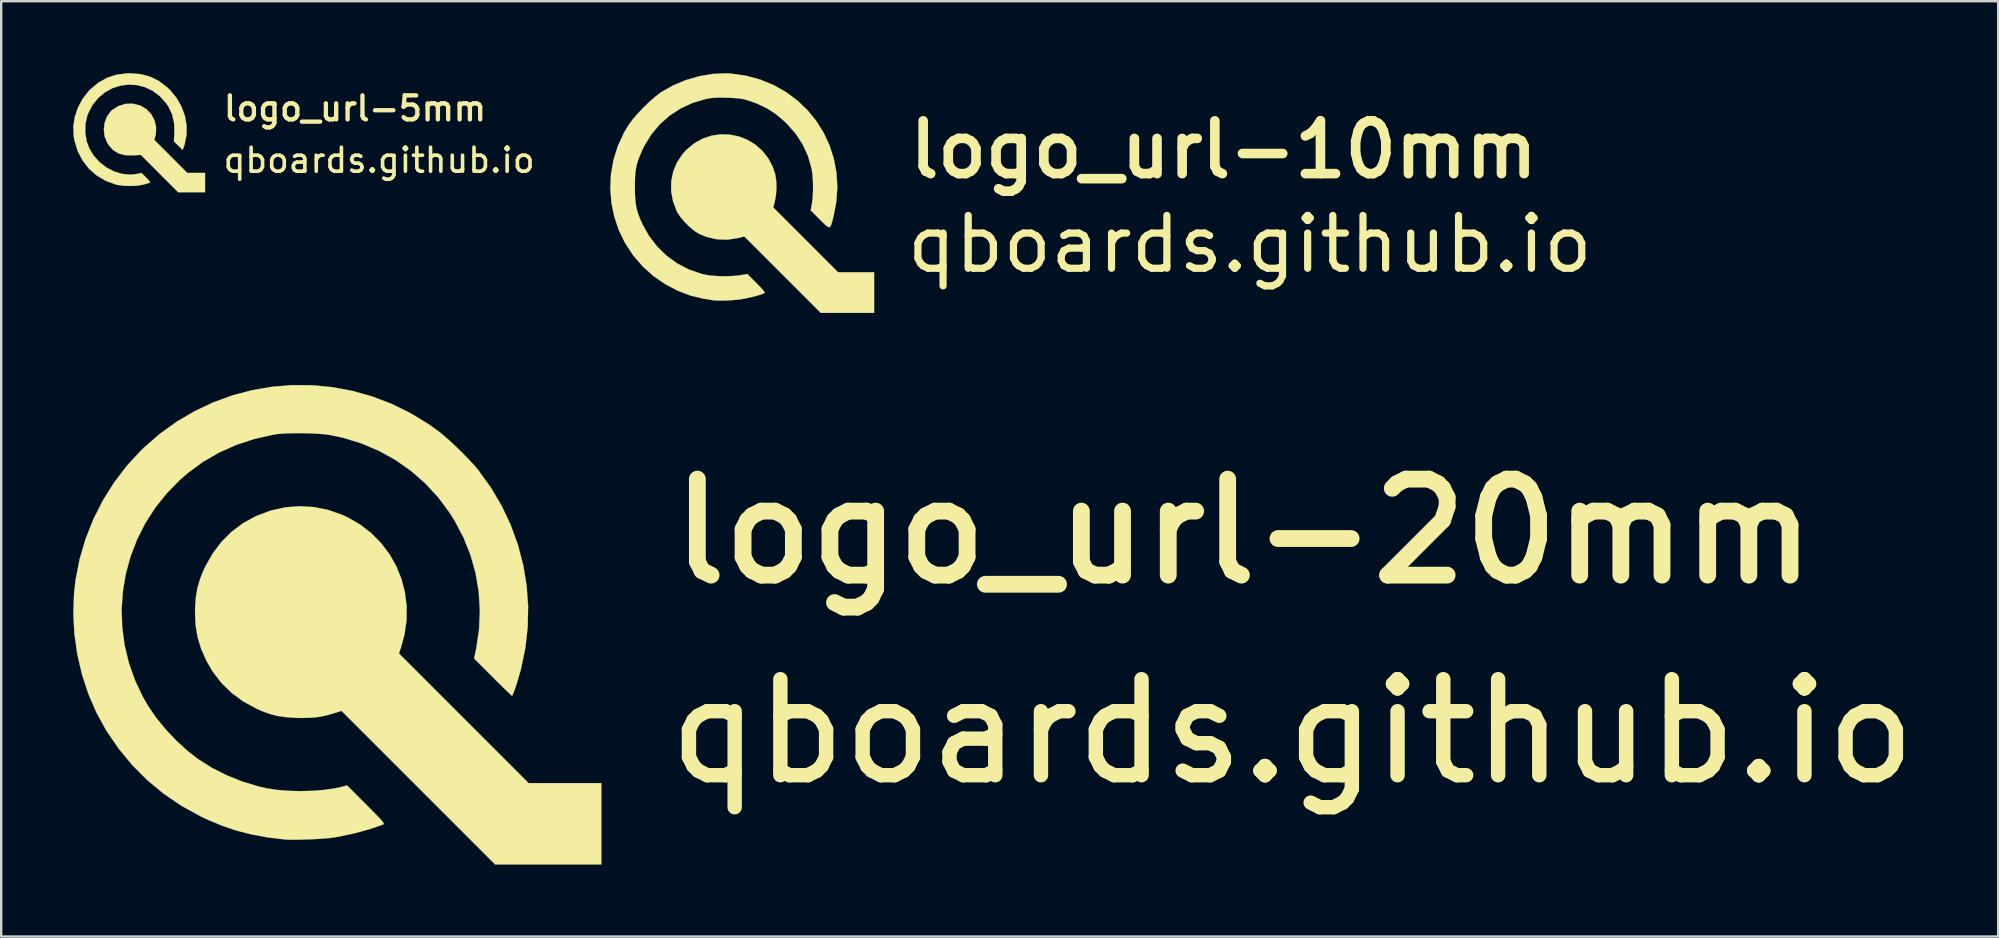
<source format=kicad_pcb>
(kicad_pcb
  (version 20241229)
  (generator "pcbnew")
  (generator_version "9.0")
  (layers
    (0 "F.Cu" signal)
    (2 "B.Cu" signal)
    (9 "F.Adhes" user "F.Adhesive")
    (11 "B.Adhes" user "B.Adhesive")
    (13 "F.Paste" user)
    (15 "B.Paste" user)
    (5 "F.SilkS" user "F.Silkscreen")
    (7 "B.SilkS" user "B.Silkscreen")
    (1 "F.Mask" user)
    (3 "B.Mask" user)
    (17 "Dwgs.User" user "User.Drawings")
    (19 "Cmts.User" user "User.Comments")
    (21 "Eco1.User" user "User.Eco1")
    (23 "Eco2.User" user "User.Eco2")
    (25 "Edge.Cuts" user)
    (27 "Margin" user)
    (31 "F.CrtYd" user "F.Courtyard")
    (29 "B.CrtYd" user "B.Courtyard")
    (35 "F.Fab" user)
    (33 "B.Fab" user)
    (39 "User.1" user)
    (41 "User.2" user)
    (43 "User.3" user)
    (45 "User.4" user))
  (footprint "logo_url-5mm"
    (layer "F.Cu")
    (at 2.386 2.384)
    (property "Reference" "logo_url-5mm" (at 3.785 -0.914 0) (layer "F.SilkS") (effects (font (size 1 1) (thickness 0.18)) (justify left)))
    (attr through_hole)
    (fp_poly (pts (xy 0.373 -1.048) (xy 0.432 -1.025) (xy 0.675 -0.876) (xy 0.867 -0.67) (xy 1 -0.424) (xy 1.066 -0.151) (xy 1.059 0.131) (xy 1.033 0.245) (xy 0.991 0.393) (xy 1.678 1.081) (xy 2.365 1.77) (xy 3.107 1.77) (xy 3.107 2.574) (xy 1.985 2.574) (xy 1.207 1.796) (xy 0.43 1.018) (xy 0.086 1.039) (xy -0.234 1.03) (xy -0.502 0.957) (xy -0.725 0.817) (xy -0.91 0.606) (xy -0.981 0.489) (xy -1.079 0.235) (xy -1.109 -0.039) (xy -1.077 -0.313) (xy -0.983 -0.568) (xy -0.833 -0.782) (xy -0.767 -0.845) (xy -0.508 -1.012) (xy -0.222 -1.103) (xy 0.076 -1.116) (xy 0.373 -1.048)) (stroke (width 0.01) (type solid)) (fill yes) (layer "F.SilkS"))
    (fp_poly (pts (xy 0.419 -2.345) (xy 0.813 -2.242) (xy 1.176 -2.063) (xy 1.516 -1.807) (xy 1.647 -1.682) (xy 1.918 -1.356) (xy 2.125 -0.994) (xy 2.266 -0.607) (xy 2.337 -0.208) (xy 2.335 0.191) (xy 2.258 0.577) (xy 2.22 0.687) (xy 2.173 0.81) (xy 1.992 0.633) (xy 1.811 0.456) (xy 1.829 0.078) (xy 1.817 -0.315) (xy 1.736 -0.667) (xy 1.584 -0.989) (xy 1.485 -1.136) (xy 1.223 -1.428) (xy 0.925 -1.65) (xy 0.602 -1.804) (xy 0.263 -1.89) (xy -0.082 -1.91) (xy -0.424 -1.865) (xy -0.754 -1.759) (xy -1.061 -1.591) (xy -1.336 -1.363) (xy -1.57 -1.078) (xy -1.753 -0.736) (xy -1.805 -0.599) (xy -1.877 -0.269) (xy -1.884 0.086) (xy -1.829 0.438) (xy -1.726 0.729) (xy -1.537 1.046) (xy -1.292 1.32) (xy -1.003 1.543) (xy -0.684 1.71) (xy -0.346 1.812) (xy -0.003 1.843) (xy 0.229 1.819) (xy 0.461 1.775) (xy 0.65 1.961) (xy 0.744 2.061) (xy 0.805 2.136) (xy 0.817 2.168) (xy 0.768 2.189) (xy 0.662 2.223) (xy 0.546 2.255) (xy 0.298 2.298) (xy 0.009 2.314) (xy -0.284 2.305) (xy -0.544 2.27) (xy -0.609 2.254) (xy -1.033 2.098) (xy -1.409 1.876) (xy -1.732 1.592) (xy -1.996 1.251) (xy -2.198 0.861) (xy -2.331 0.426) (xy -2.365 0.242) (xy -2.381 -0.153) (xy -2.321 -0.555) (xy -2.19 -0.947) (xy -1.994 -1.315) (xy -1.739 -1.642) (xy -1.68 -1.702) (xy -1.34 -1.987) (xy -0.977 -2.192) (xy -0.582 -2.321) (xy -0.149 -2.376) (xy -0.018 -2.379) (xy 0.419 -2.345)) (stroke (width 0.01) (type solid)) (fill yes) (layer "F.SilkS"))
    (fp_text user "qboards.github.io" (at 3.785 1.245 0) (layer "F.SilkS") (effects (font (size 1 1) (thickness 0.15)) (justify left))))
  (footprint "logo_url-20mm"
    (layer "F.Cu")
    (at 9.522 22.552)
    (property "Reference" "logo_url-20mm" (at 15.07 -3.454 0) (layer "F.SilkS") (effects (font (size 4 4) (thickness 0.7)) (justify left)))
    (attr through_hole)
    (fp_poly (pts (xy 0.524 -4.473) (xy 1.113 -4.352) (xy 1.691 -4.148) (xy 1.919 -4.043) (xy 2.441 -3.74) (xy 2.906 -3.379) (xy 3.313 -2.966) (xy 3.659 -2.506) (xy 3.94 -2.009) (xy 4.154 -1.479) (xy 4.298 -0.924) (xy 4.37 -0.35) (xy 4.366 0.235) (xy 4.283 0.825) (xy 4.138 1.361) (xy 4.05 1.624) (xy 9.453 7.027) (xy 12.48 7.027) (xy 12.48 10.414) (xy 8.056 10.414) (xy 4.856 7.214) (xy 1.656 4.014) (xy 1.321 4.119) (xy 0.977 4.215) (xy 0.647 4.276) (xy 0.303 4.307) (xy -0.084 4.311) (xy -0.25 4.306) (xy -0.657 4.278) (xy -1.01 4.226) (xy -1.337 4.142) (xy -1.666 4.021) (xy -1.897 3.918) (xy -2.444 3.618) (xy -2.927 3.263) (xy -3.348 2.85) (xy -3.709 2.379) (xy -3.962 1.947) (xy -4.187 1.445) (xy -4.341 0.942) (xy -4.426 0.419) (xy -4.447 -0.141) (xy -4.443 -0.285) (xy -4.411 -0.721) (xy -4.345 -1.109) (xy -4.237 -1.479) (xy -4.081 -1.864) (xy -4.011 -2.011) (xy -3.702 -2.554) (xy -3.335 -3.036) (xy -2.913 -3.455) (xy -2.436 -3.809) (xy -1.909 -4.097) (xy -1.334 -4.315) (xy -1.263 -4.336) (xy -0.669 -4.466) (xy -0.072 -4.511) (xy 0.524 -4.473)) (stroke (width 0.01) (type solid)) (fill yes) (layer "F.SilkS"))
    (fp_poly (pts (xy 0.436 -9.551) (xy 1.275 -9.471) (xy 2.107 -9.316) (xy 2.927 -9.086) (xy 3.73 -8.781) (xy 4.51 -8.4) (xy 5.263 -7.943) (xy 5.679 -7.647) (xy 5.904 -7.466) (xy 6.165 -7.237) (xy 6.443 -6.977) (xy 6.723 -6.703) (xy 6.986 -6.432) (xy 7.214 -6.181) (xy 7.357 -6.011) (xy 7.882 -5.284) (xy 8.333 -4.521) (xy 8.707 -3.727) (xy 9.005 -2.907) (xy 9.226 -2.066) (xy 9.368 -1.209) (xy 9.431 -0.341) (xy 9.413 0.532) (xy 9.314 1.406) (xy 9.133 2.276) (xy 8.962 2.864) (xy 8.897 3.059) (xy 8.838 3.221) (xy 8.792 3.335) (xy 8.765 3.385) (xy 8.762 3.387) (xy 8.726 3.358) (xy 8.638 3.277) (xy 8.506 3.152) (xy 8.34 2.99) (xy 8.147 2.8) (xy 7.958 2.611) (xy 7.183 1.836) (xy 7.269 1.415) (xy 7.387 0.624) (xy 7.421 -0.165) (xy 7.373 -0.947) (xy 7.244 -1.716) (xy 7.034 -2.468) (xy 6.744 -3.198) (xy 6.375 -3.9) (xy 6.152 -4.255) (xy 5.676 -4.892) (xy 5.142 -5.468) (xy 4.554 -5.982) (xy 3.916 -6.431) (xy 3.233 -6.811) (xy 2.508 -7.121) (xy 1.746 -7.357) (xy 1.198 -7.475) (xy 0.96 -7.508) (xy 0.663 -7.532) (xy 0.329 -7.548) (xy -0.023 -7.555) (xy -0.37 -7.554) (xy -0.692 -7.543) (xy -0.969 -7.523) (xy -1.151 -7.499) (xy -1.965 -7.317) (xy -2.73 -7.066) (xy -3.446 -6.747) (xy -4.118 -6.357) (xy -4.746 -5.896) (xy -5.084 -5.602) (xy -5.633 -5.04) (xy -6.114 -4.435) (xy -6.525 -3.791) (xy -6.865 -3.116) (xy -7.134 -2.414) (xy -7.331 -1.693) (xy -7.455 -0.956) (xy -7.505 -0.211) (xy -7.48 0.536) (xy -7.38 1.281) (xy -7.204 2.016) (xy -6.95 2.737) (xy -6.619 3.436) (xy -6.391 3.829) (xy -6.056 4.315) (xy -5.658 4.802) (xy -5.216 5.267) (xy -4.75 5.691) (xy -4.325 6.021) (xy -3.759 6.38) (xy -3.136 6.696) (xy -2.477 6.961) (xy -1.804 7.164) (xy -1.464 7.242) (xy -1.042 7.307) (xy -0.573 7.346) (xy -0.078 7.36) (xy 0.42 7.349) (xy 0.899 7.312) (xy 1.339 7.252) (xy 1.669 7.18) (xy 1.887 7.122) (xy 2.683 7.919) (xy 2.921 8.158) (xy 3.105 8.345) (xy 3.241 8.486) (xy 3.333 8.588) (xy 3.389 8.658) (xy 3.413 8.704) (xy 3.413 8.732) (xy 3.392 8.749) (xy 3.376 8.756) (xy 2.804 8.95) (xy 2.188 9.119) (xy 1.57 9.251) (xy 1.321 9.293) (xy 1.135 9.316) (xy 0.891 9.336) (xy 0.609 9.354) (xy 0.308 9.368) (xy 0.008 9.378) (xy -0.27 9.384) (xy -0.508 9.383) (xy -0.684 9.375) (xy -0.707 9.373) (xy -1.423 9.286) (xy -2.079 9.167) (xy -2.695 9.01) (xy -3.292 8.81) (xy -3.891 8.562) (xy -4.221 8.406) (xy -5.009 7.972) (xy -5.747 7.472) (xy -6.43 6.906) (xy -7.059 6.277) (xy -7.63 5.586) (xy -8.142 4.836) (xy -8.148 4.826) (xy -8.554 4.088) (xy -8.891 3.308) (xy -9.157 2.494) (xy -9.352 1.655) (xy -9.472 0.802) (xy -9.517 -0.058) (xy -9.484 -0.914) (xy -9.423 -1.439) (xy -9.255 -2.304) (xy -9.006 -3.149) (xy -8.682 -3.967) (xy -8.285 -4.752) (xy -7.819 -5.497) (xy -7.286 -6.195) (xy -6.692 -6.839) (xy -6.578 -6.95) (xy -5.908 -7.53) (xy -5.199 -8.039) (xy -4.456 -8.475) (xy -3.683 -8.838) (xy -2.887 -9.128) (xy -2.071 -9.345) (xy -1.242 -9.487) (xy -0.405 -9.556) (xy 0.436 -9.551)) (stroke (width 0.01) (type solid)) (fill yes) (layer "F.SilkS"))
    (fp_text user "qboards.github.io" (at 41.275 4.877 0) (layer "F.SilkS") (effects (font (size 4 4) (thickness 0.6)))))
  (footprint "logo_url-10mm"
    (layer "F.Cu")
    (at 27.103 4.762)
    (property "Reference" "logo_url-10mm" (at 7.523 -1.575 0) (layer "F.SilkS") (effects (font (size 2.2 2.2) (thickness 0.4)) (justify left)))
    (attr through_hole)
    (fp_poly (pts (xy 0.253 -2.204) (xy 0.624 -2.129) (xy 0.978 -1.992) (xy 1.305 -1.796) (xy 1.596 -1.543) (xy 1.843 -1.235) (xy 2.035 -0.876) (xy 2.14 -0.57) (xy 2.186 -0.301) (xy 2.198 0.009) (xy 2.176 0.323) (xy 2.133 0.559) (xy 2.065 0.832) (xy 4.762 3.531) (xy 6.265 3.531) (xy 6.265 5.224) (xy 4.043 5.224) (xy 2.45 3.631) (xy 0.858 2.039) (xy 0.585 2.107) (xy 0.151 2.173) (xy -0.285 2.157) (xy -0.713 2.059) (xy -1.01 1.938) (xy -1.209 1.815) (xy -1.423 1.639) (xy -1.632 1.432) (xy -1.813 1.215) (xy -1.945 1.011) (xy -1.959 0.983) (xy -2.114 0.569) (xy -2.19 0.15) (xy -2.186 -0.263) (xy -2.104 -0.664) (xy -1.946 -1.044) (xy -1.712 -1.394) (xy -1.555 -1.569) (xy -1.23 -1.839) (xy -0.878 -2.035) (xy -0.508 -2.16) (xy -0.128 -2.215) (xy 0.253 -2.204)) (stroke (width 0.01) (type solid)) (fill yes) (layer "F.SilkS"))
    (fp_poly (pts (xy 0.296 -4.746) (xy 0.929 -4.657) (xy 1.527 -4.494) (xy 2.085 -4.265) (xy 2.601 -3.972) (xy 3.07 -3.623) (xy 3.489 -3.222) (xy 3.854 -2.775) (xy 4.161 -2.286) (xy 4.406 -1.762) (xy 4.585 -1.207) (xy 4.696 -0.627) (xy 4.733 -0.027) (xy 4.693 0.587) (xy 4.573 1.211) (xy 4.568 1.227) (xy 4.513 1.438) (xy 4.468 1.578) (xy 4.42 1.648) (xy 4.358 1.651) (xy 4.268 1.589) (xy 4.138 1.466) (xy 4.009 1.338) (xy 3.625 0.953) (xy 3.675 0.681) (xy 3.707 0.429) (xy 3.722 0.129) (xy 3.721 -0.187) (xy 3.703 -0.489) (xy 3.67 -0.745) (xy 3.662 -0.784) (xy 3.512 -1.311) (xy 3.29 -1.797) (xy 2.994 -2.249) (xy 2.619 -2.672) (xy 2.55 -2.739) (xy 2.183 -3.052) (xy 1.805 -3.298) (xy 1.389 -3.496) (xy 1.143 -3.586) (xy 0.962 -3.644) (xy 0.806 -3.684) (xy 0.65 -3.711) (xy 0.466 -3.727) (xy 0.231 -3.739) (xy 0.163 -3.741) (xy -0.121 -3.748) (xy -0.347 -3.743) (xy -0.537 -3.726) (xy -0.717 -3.695) (xy -0.747 -3.688) (xy -1.291 -3.528) (xy -1.797 -3.295) (xy -2.257 -2.994) (xy -2.666 -2.631) (xy -3.019 -2.209) (xy -3.309 -1.734) (xy -3.382 -1.585) (xy -3.499 -1.317) (xy -3.585 -1.087) (xy -3.643 -0.87) (xy -3.679 -0.644) (xy -3.697 -0.383) (xy -3.702 -0.064) (xy -3.702 -0.025) (xy -3.697 0.308) (xy -3.679 0.58) (xy -3.644 0.815) (xy -3.588 1.035) (xy -3.504 1.263) (xy -3.389 1.524) (xy -3.384 1.534) (xy -3.112 2.02) (xy -2.777 2.456) (xy -2.386 2.838) (xy -1.946 3.158) (xy -1.465 3.411) (xy -0.951 3.591) (xy -0.764 3.636) (xy -0.52 3.672) (xy -0.224 3.693) (xy 0.093 3.698) (xy 0.401 3.687) (xy 0.668 3.659) (xy 0.71 3.652) (xy 0.983 3.605) (xy 1.357 3.978) (xy 1.498 4.122) (xy 1.611 4.245) (xy 1.686 4.336) (xy 1.711 4.382) (xy 1.711 4.384) (xy 1.655 4.418) (xy 1.534 4.463) (xy 1.365 4.513) (xy 1.165 4.564) (xy 0.953 4.611) (xy 0.747 4.65) (xy 0.699 4.658) (xy 0.501 4.681) (xy 0.271 4.698) (xy 0.034 4.709) (xy -0.187 4.711) (xy -0.367 4.705) (xy -0.466 4.694) (xy -0.537 4.681) (xy -0.665 4.659) (xy -0.825 4.633) (xy -0.847 4.63) (xy -1.387 4.502) (xy -1.923 4.297) (xy -2.441 4.024) (xy -2.924 3.691) (xy -3.359 3.304) (xy -3.365 3.298) (xy -3.771 2.829) (xy -4.106 2.32) (xy -4.369 1.778) (xy -4.561 1.211) (xy -4.679 0.628) (xy -4.725 0.034) (xy -4.696 -0.561) (xy -4.591 -1.151) (xy -4.411 -1.727) (xy -4.155 -2.283) (xy -3.956 -2.615) (xy -3.797 -2.829) (xy -3.588 -3.072) (xy -3.348 -3.326) (xy -3.095 -3.57) (xy -2.848 -3.786) (xy -2.627 -3.956) (xy -2.59 -3.981) (xy -2.106 -4.255) (xy -1.58 -4.474) (xy -1.029 -4.634) (xy -0.471 -4.73) (xy 0.074 -4.757) (xy 0.296 -4.746)) (stroke (width 0.01) (type solid)) (fill yes) (layer "F.SilkS"))
    (fp_text user "qboards.github.io" (at 21.92 2.362 0) (layer "F.SilkS") (effects (font (size 2.2 2.2) (thickness 0.3)))))
  (gr_rect
    (start -3 -3)
    (end 80.202 35.971)
    (stroke (width 0.1) (type default))
    (fill no)
    (layer "Edge.Cuts")))
</source>
